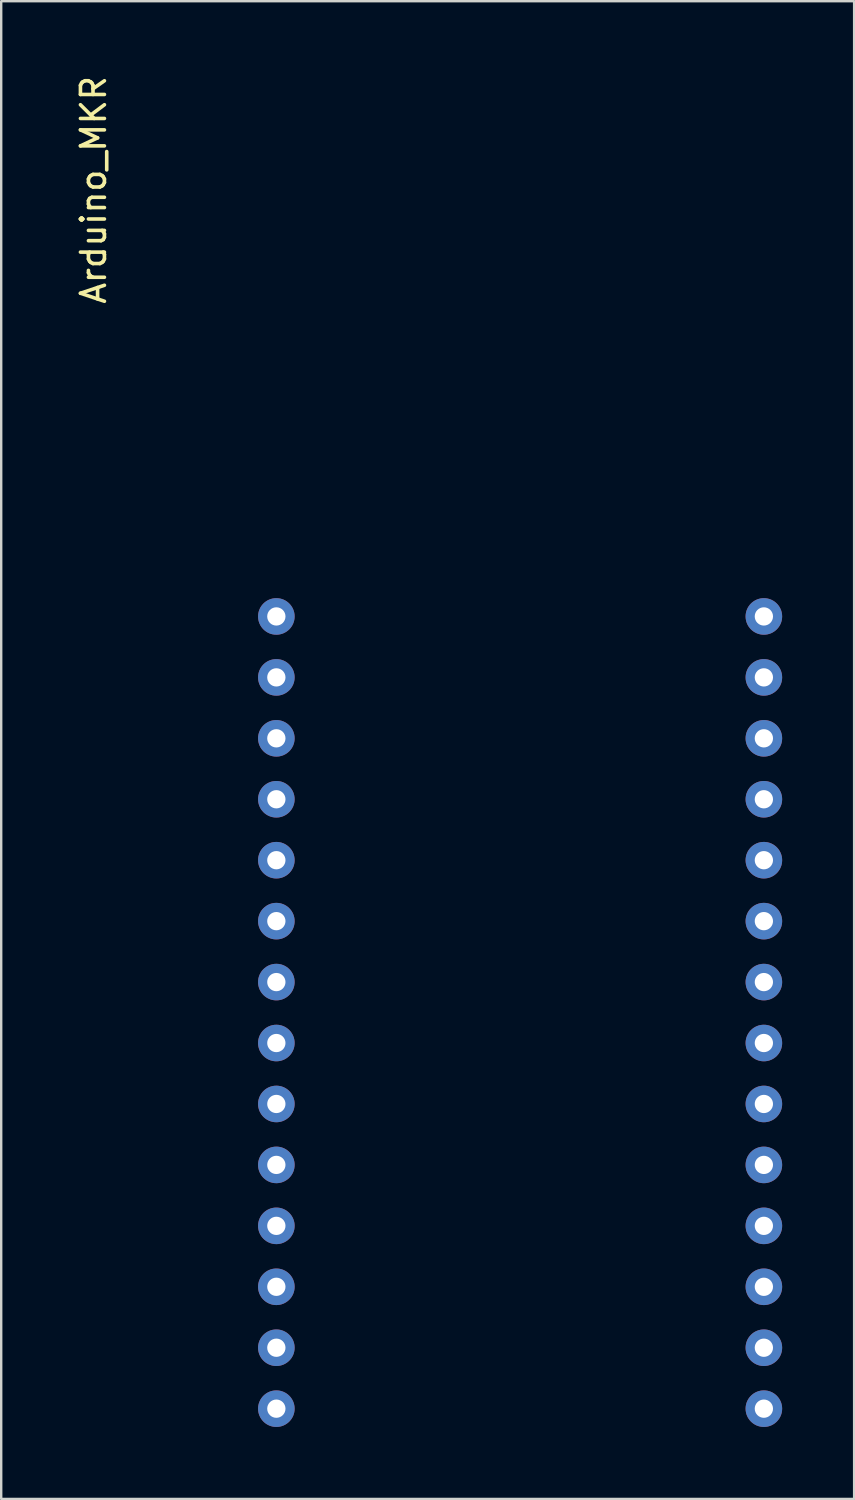
<source format=kicad_pcb>
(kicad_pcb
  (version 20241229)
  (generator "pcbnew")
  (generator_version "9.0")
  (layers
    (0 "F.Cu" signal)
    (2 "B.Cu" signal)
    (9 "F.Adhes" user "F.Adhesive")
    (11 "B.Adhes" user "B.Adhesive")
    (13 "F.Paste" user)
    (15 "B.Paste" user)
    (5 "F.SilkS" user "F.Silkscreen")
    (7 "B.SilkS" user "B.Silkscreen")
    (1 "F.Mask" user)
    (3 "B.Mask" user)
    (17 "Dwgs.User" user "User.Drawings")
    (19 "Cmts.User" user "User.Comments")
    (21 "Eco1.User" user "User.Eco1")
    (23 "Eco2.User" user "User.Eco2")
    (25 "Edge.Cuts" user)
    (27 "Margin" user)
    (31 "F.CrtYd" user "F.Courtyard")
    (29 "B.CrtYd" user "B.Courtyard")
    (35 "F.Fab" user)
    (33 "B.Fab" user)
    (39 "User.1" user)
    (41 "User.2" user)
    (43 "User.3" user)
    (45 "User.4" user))
  (footprint "Arduino_MKR"
    (layer "F.Cu")
    (at 5.928 22.643)
    (property "Reference" "Arduino_MKR" (at -5.08 -17.78 90) (layer "F.SilkS") (effects (font (size 1 1) (thickness 0.15))))
    (attr through_hole)
    (pad "1" thru_hole circle (at 2.54 0) (size 1.524 1.524) (drill 0.762) (layers "*.Cu" "*.Mask"))
    (pad "2" thru_hole circle (at 2.54 2.54) (size 1.524 1.524) (drill 0.762) (layers "*.Cu" "*.Mask"))
    (pad "3" thru_hole circle (at 2.54 5.08) (size 1.524 1.524) (drill 0.762) (layers "*.Cu" "*.Mask"))
    (pad "4" thru_hole circle (at 2.54 7.62) (size 1.524 1.524) (drill 0.762) (layers "*.Cu" "*.Mask"))
    (pad "5" thru_hole circle (at 2.54 10.16) (size 1.524 1.524) (drill 0.762) (layers "*.Cu" "*.Mask"))
    (pad "6" thru_hole circle (at 2.54 12.7) (size 1.524 1.524) (drill 0.762) (layers "*.Cu" "*.Mask"))
    (pad "7" thru_hole circle (at 2.54 15.24) (size 1.524 1.524) (drill 0.762) (layers "*.Cu" "*.Mask"))
    (pad "8" thru_hole circle (at 2.54 17.78) (size 1.524 1.524) (drill 0.762) (layers "*.Cu" "*.Mask"))
    (pad "9" thru_hole circle (at 2.54 20.32) (size 1.524 1.524) (drill 0.762) (layers "*.Cu" "*.Mask"))
    (pad "10" thru_hole circle (at 2.54 22.86) (size 1.524 1.524) (drill 0.762) (layers "*.Cu" "*.Mask"))
    (pad "11" thru_hole circle (at 2.54 25.4) (size 1.524 1.524) (drill 0.762) (layers "*.Cu" "*.Mask"))
    (pad "12" thru_hole circle (at 2.54 27.94) (size 1.524 1.524) (drill 0.762) (layers "*.Cu" "*.Mask"))
    (pad "13" thru_hole circle (at 2.54 30.48) (size 1.524 1.524) (drill 0.762) (layers "*.Cu" "*.Mask"))
    (pad "14" thru_hole circle (at 2.54 33.02) (size 1.524 1.524) (drill 0.762) (layers "*.Cu" "*.Mask"))
    (pad "15" thru_hole circle (at 22.86 33.02) (size 1.524 1.524) (drill 0.762) (layers "*.Cu" "*.Mask"))
    (pad "16" thru_hole circle (at 22.86 30.48) (size 1.524 1.524) (drill 0.762) (layers "*.Cu" "*.Mask"))
    (pad "17" thru_hole circle (at 22.86 27.94) (size 1.524 1.524) (drill 0.762) (layers "*.Cu" "*.Mask"))
    (pad "18" thru_hole circle (at 22.86 25.4) (size 1.524 1.524) (drill 0.762) (layers "*.Cu" "*.Mask"))
    (pad "19" thru_hole circle (at 22.86 22.86) (size 1.524 1.524) (drill 0.762) (layers "*.Cu" "*.Mask"))
    (pad "20" thru_hole circle (at 22.86 20.32) (size 1.524 1.524) (drill 0.762) (layers "*.Cu" "*.Mask"))
    (pad "21" thru_hole circle (at 22.86 17.78) (size 1.524 1.524) (drill 0.762) (layers "*.Cu" "*.Mask"))
    (pad "22" thru_hole circle (at 22.86 15.24) (size 1.524 1.524) (drill 0.762) (layers "*.Cu" "*.Mask"))
    (pad "23" thru_hole circle (at 22.86 12.7) (size 1.524 1.524) (drill 0.762) (layers "*.Cu" "*.Mask"))
    (pad "24" thru_hole circle (at 22.86 10.16) (size 1.524 1.524) (drill 0.762) (layers "*.Cu" "*.Mask"))
    (pad "25" thru_hole circle (at 22.86 7.62) (size 1.524 1.524) (drill 0.762) (layers "*.Cu" "*.Mask"))
    (pad "26" thru_hole circle (at 22.86 5.08) (size 1.524 1.524) (drill 0.762) (layers "*.Cu" "*.Mask"))
    (pad "27" thru_hole circle (at 22.86 2.54) (size 1.524 1.524) (drill 0.762) (layers "*.Cu" "*.Mask"))
    (pad "28" thru_hole circle (at 22.86 0) (size 1.524 1.524) (drill 0.762) (layers "*.Cu" "*.Mask")))
  (gr_rect
    (start -3 -3)
    (end 32.55 59.425)
    (stroke (width 0.1) (type default))
    (fill no)
    (layer "Edge.Cuts")))
</source>
